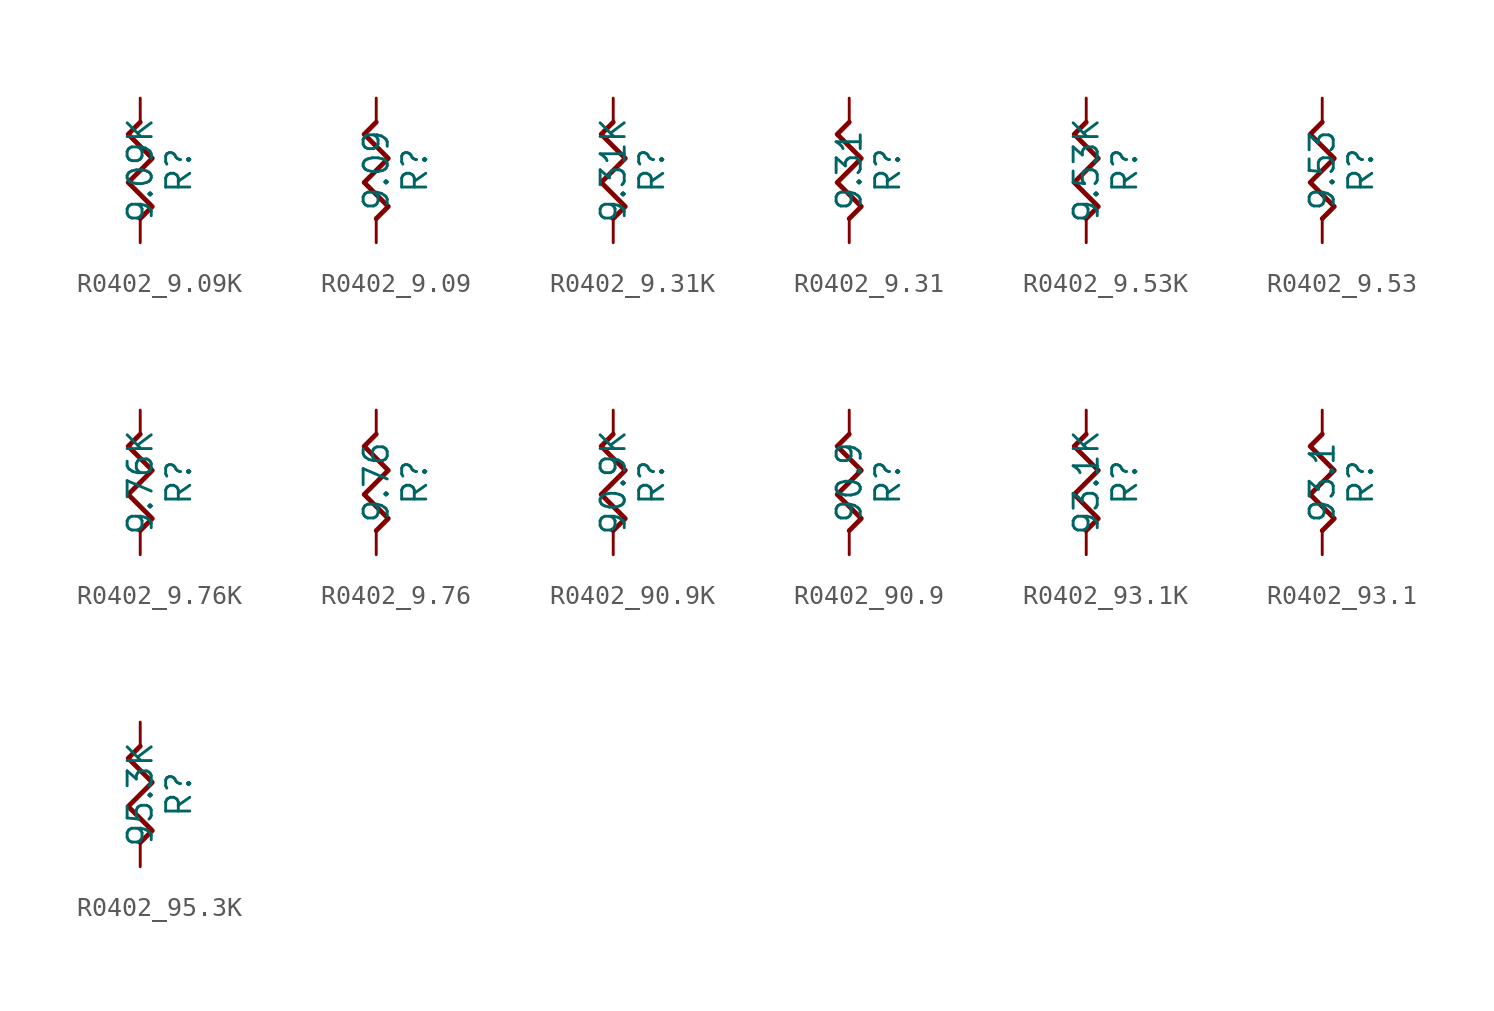
<source format=kicad_sym>
(kicad_symbol_lib
  (version 20211014)
  (generator atlantix-eda)
  (symbol "R0402_9.09K"
    (pin_numbers hide)
    (pin_names
      (offset 0))
    (property "Reference" "R"
      (at 2.032 0 90)
      (effects (font (size 1.27 1.27))))
    (property "Value" "9.09K"
      (at 0 0 90)
      (effects (font (size 1.27 1.27))))
    (symbol "R0402_9.09K_0_1"
      (polyline (pts (xy 0 -2.54) (xy 0.635 -1.905) (xy -0.635 -0.635) (xy 0.635 0.635) (xy -0.635 1.905) (xy 0 2.54)) (stroke (width 0.254) (type default) (color 0 0 0 0)) (fill (type none))))
    (symbol "R0402_9.09K_1_1"
      (pin passive line (at 0 3.81 270) (length 1.27) (name "~" (effects (font (size 1.27 1.27)))) (number "1" (effects (font (size 1.27 1.27)))))
      (pin passive line (at 0 -3.81 90) (length 1.27) (name "~" (effects (font (size 1.27 1.27)))) (number "2" (effects (font (size 1.27 1.27)))))))
  (symbol "R0402_9.09"
    (pin_numbers hide)
    (pin_names
      (offset 0))
    (property "Reference" "R"
      (at 2.032 0 90)
      (effects (font (size 1.27 1.27))))
    (property "Value" "9.09"
      (at 0 0 90)
      (effects (font (size 1.27 1.27))))
    (symbol "R0402_9.09_0_1"
      (polyline (pts (xy 0 -2.54) (xy 0.635 -1.905) (xy -0.635 -0.635) (xy 0.635 0.635) (xy -0.635 1.905) (xy 0 2.54)) (stroke (width 0.254) (type default) (color 0 0 0 0)) (fill (type none))))
    (symbol "R0402_9.09_1_1"
      (pin passive line (at 0 3.81 270) (length 1.27) (name "~" (effects (font (size 1.27 1.27)))) (number "1" (effects (font (size 1.27 1.27)))))
      (pin passive line (at 0 -3.81 90) (length 1.27) (name "~" (effects (font (size 1.27 1.27)))) (number "2" (effects (font (size 1.27 1.27)))))))
  (symbol "R0402_9.31K"
    (pin_numbers hide)
    (pin_names
      (offset 0))
    (property "Reference" "R"
      (at 2.032 0 90)
      (effects (font (size 1.27 1.27))))
    (property "Value" "9.31K"
      (at 0 0 90)
      (effects (font (size 1.27 1.27))))
    (symbol "R0402_9.31K_0_1"
      (polyline (pts (xy 0 -2.54) (xy 0.635 -1.905) (xy -0.635 -0.635) (xy 0.635 0.635) (xy -0.635 1.905) (xy 0 2.54)) (stroke (width 0.254) (type default) (color 0 0 0 0)) (fill (type none))))
    (symbol "R0402_9.31K_1_1"
      (pin passive line (at 0 3.81 270) (length 1.27) (name "~" (effects (font (size 1.27 1.27)))) (number "1" (effects (font (size 1.27 1.27)))))
      (pin passive line (at 0 -3.81 90) (length 1.27) (name "~" (effects (font (size 1.27 1.27)))) (number "2" (effects (font (size 1.27 1.27)))))))
  (symbol "R0402_9.31"
    (pin_numbers hide)
    (pin_names
      (offset 0))
    (property "Reference" "R"
      (at 2.032 0 90)
      (effects (font (size 1.27 1.27))))
    (property "Value" "9.31"
      (at 0 0 90)
      (effects (font (size 1.27 1.27))))
    (symbol "R0402_9.31_0_1"
      (polyline (pts (xy 0 -2.54) (xy 0.635 -1.905) (xy -0.635 -0.635) (xy 0.635 0.635) (xy -0.635 1.905) (xy 0 2.54)) (stroke (width 0.254) (type default) (color 0 0 0 0)) (fill (type none))))
    (symbol "R0402_9.31_1_1"
      (pin passive line (at 0 3.81 270) (length 1.27) (name "~" (effects (font (size 1.27 1.27)))) (number "1" (effects (font (size 1.27 1.27)))))
      (pin passive line (at 0 -3.81 90) (length 1.27) (name "~" (effects (font (size 1.27 1.27)))) (number "2" (effects (font (size 1.27 1.27)))))))
  (symbol "R0402_9.53K"
    (pin_numbers hide)
    (pin_names
      (offset 0))
    (property "Reference" "R"
      (at 2.032 0 90)
      (effects (font (size 1.27 1.27))))
    (property "Value" "9.53K"
      (at 0 0 90)
      (effects (font (size 1.27 1.27))))
    (symbol "R0402_9.53K_0_1"
      (polyline (pts (xy 0 -2.54) (xy 0.635 -1.905) (xy -0.635 -0.635) (xy 0.635 0.635) (xy -0.635 1.905) (xy 0 2.54)) (stroke (width 0.254) (type default) (color 0 0 0 0)) (fill (type none))))
    (symbol "R0402_9.53K_1_1"
      (pin passive line (at 0 3.81 270) (length 1.27) (name "~" (effects (font (size 1.27 1.27)))) (number "1" (effects (font (size 1.27 1.27)))))
      (pin passive line (at 0 -3.81 90) (length 1.27) (name "~" (effects (font (size 1.27 1.27)))) (number "2" (effects (font (size 1.27 1.27)))))))
  (symbol "R0402_9.53"
    (pin_numbers hide)
    (pin_names
      (offset 0))
    (property "Reference" "R"
      (at 2.032 0 90)
      (effects (font (size 1.27 1.27))))
    (property "Value" "9.53"
      (at 0 0 90)
      (effects (font (size 1.27 1.27))))
    (symbol "R0402_9.53_0_1"
      (polyline (pts (xy 0 -2.54) (xy 0.635 -1.905) (xy -0.635 -0.635) (xy 0.635 0.635) (xy -0.635 1.905) (xy 0 2.54)) (stroke (width 0.254) (type default) (color 0 0 0 0)) (fill (type none))))
    (symbol "R0402_9.53_1_1"
      (pin passive line (at 0 3.81 270) (length 1.27) (name "~" (effects (font (size 1.27 1.27)))) (number "1" (effects (font (size 1.27 1.27)))))
      (pin passive line (at 0 -3.81 90) (length 1.27) (name "~" (effects (font (size 1.27 1.27)))) (number "2" (effects (font (size 1.27 1.27)))))))
  (symbol "R0402_9.76K"
    (pin_numbers hide)
    (pin_names
      (offset 0))
    (property "Reference" "R"
      (at 2.032 0 90)
      (effects (font (size 1.27 1.27))))
    (property "Value" "9.76K"
      (at 0 0 90)
      (effects (font (size 1.27 1.27))))
    (symbol "R0402_9.76K_0_1"
      (polyline (pts (xy 0 -2.54) (xy 0.635 -1.905) (xy -0.635 -0.635) (xy 0.635 0.635) (xy -0.635 1.905) (xy 0 2.54)) (stroke (width 0.254) (type default) (color 0 0 0 0)) (fill (type none))))
    (symbol "R0402_9.76K_1_1"
      (pin passive line (at 0 3.81 270) (length 1.27) (name "~" (effects (font (size 1.27 1.27)))) (number "1" (effects (font (size 1.27 1.27)))))
      (pin passive line (at 0 -3.81 90) (length 1.27) (name "~" (effects (font (size 1.27 1.27)))) (number "2" (effects (font (size 1.27 1.27)))))))
  (symbol "R0402_9.76"
    (pin_numbers hide)
    (pin_names
      (offset 0))
    (property "Reference" "R"
      (at 2.032 0 90)
      (effects (font (size 1.27 1.27))))
    (property "Value" "9.76"
      (at 0 0 90)
      (effects (font (size 1.27 1.27))))
    (symbol "R0402_9.76_0_1"
      (polyline (pts (xy 0 -2.54) (xy 0.635 -1.905) (xy -0.635 -0.635) (xy 0.635 0.635) (xy -0.635 1.905) (xy 0 2.54)) (stroke (width 0.254) (type default) (color 0 0 0 0)) (fill (type none))))
    (symbol "R0402_9.76_1_1"
      (pin passive line (at 0 3.81 270) (length 1.27) (name "~" (effects (font (size 1.27 1.27)))) (number "1" (effects (font (size 1.27 1.27)))))
      (pin passive line (at 0 -3.81 90) (length 1.27) (name "~" (effects (font (size 1.27 1.27)))) (number "2" (effects (font (size 1.27 1.27)))))))
  (symbol "R0402_90.9K"
    (pin_numbers hide)
    (pin_names
      (offset 0))
    (property "Reference" "R"
      (at 2.032 0 90)
      (effects (font (size 1.27 1.27))))
    (property "Value" "90.9K"
      (at 0 0 90)
      (effects (font (size 1.27 1.27))))
    (symbol "R0402_90.9K_0_1"
      (polyline (pts (xy 0 -2.54) (xy 0.635 -1.905) (xy -0.635 -0.635) (xy 0.635 0.635) (xy -0.635 1.905) (xy 0 2.54)) (stroke (width 0.254) (type default) (color 0 0 0 0)) (fill (type none))))
    (symbol "R0402_90.9K_1_1"
      (pin passive line (at 0 3.81 270) (length 1.27) (name "~" (effects (font (size 1.27 1.27)))) (number "1" (effects (font (size 1.27 1.27)))))
      (pin passive line (at 0 -3.81 90) (length 1.27) (name "~" (effects (font (size 1.27 1.27)))) (number "2" (effects (font (size 1.27 1.27)))))))
  (symbol "R0402_90.9"
    (pin_numbers hide)
    (pin_names
      (offset 0))
    (property "Reference" "R"
      (at 2.032 0 90)
      (effects (font (size 1.27 1.27))))
    (property "Value" "90.9"
      (at 0 0 90)
      (effects (font (size 1.27 1.27))))
    (symbol "R0402_90.9_0_1"
      (polyline (pts (xy 0 -2.54) (xy 0.635 -1.905) (xy -0.635 -0.635) (xy 0.635 0.635) (xy -0.635 1.905) (xy 0 2.54)) (stroke (width 0.254) (type default) (color 0 0 0 0)) (fill (type none))))
    (symbol "R0402_90.9_1_1"
      (pin passive line (at 0 3.81 270) (length 1.27) (name "~" (effects (font (size 1.27 1.27)))) (number "1" (effects (font (size 1.27 1.27)))))
      (pin passive line (at 0 -3.81 90) (length 1.27) (name "~" (effects (font (size 1.27 1.27)))) (number "2" (effects (font (size 1.27 1.27)))))))
  (symbol "R0402_93.1K"
    (pin_numbers hide)
    (pin_names
      (offset 0))
    (property "Reference" "R"
      (at 2.032 0 90)
      (effects (font (size 1.27 1.27))))
    (property "Value" "93.1K"
      (at 0 0 90)
      (effects (font (size 1.27 1.27))))
    (symbol "R0402_93.1K_0_1"
      (polyline (pts (xy 0 -2.54) (xy 0.635 -1.905) (xy -0.635 -0.635) (xy 0.635 0.635) (xy -0.635 1.905) (xy 0 2.54)) (stroke (width 0.254) (type default) (color 0 0 0 0)) (fill (type none))))
    (symbol "R0402_93.1K_1_1"
      (pin passive line (at 0 3.81 270) (length 1.27) (name "~" (effects (font (size 1.27 1.27)))) (number "1" (effects (font (size 1.27 1.27)))))
      (pin passive line (at 0 -3.81 90) (length 1.27) (name "~" (effects (font (size 1.27 1.27)))) (number "2" (effects (font (size 1.27 1.27)))))))
  (symbol "R0402_93.1"
    (pin_numbers hide)
    (pin_names
      (offset 0))
    (property "Reference" "R"
      (at 2.032 0 90)
      (effects (font (size 1.27 1.27))))
    (property "Value" "93.1"
      (at 0 0 90)
      (effects (font (size 1.27 1.27))))
    (symbol "R0402_93.1_0_1"
      (polyline (pts (xy 0 -2.54) (xy 0.635 -1.905) (xy -0.635 -0.635) (xy 0.635 0.635) (xy -0.635 1.905) (xy 0 2.54)) (stroke (width 0.254) (type default) (color 0 0 0 0)) (fill (type none))))
    (symbol "R0402_93.1_1_1"
      (pin passive line (at 0 3.81 270) (length 1.27) (name "~" (effects (font (size 1.27 1.27)))) (number "1" (effects (font (size 1.27 1.27)))))
      (pin passive line (at 0 -3.81 90) (length 1.27) (name "~" (effects (font (size 1.27 1.27)))) (number "2" (effects (font (size 1.27 1.27)))))))
  (symbol "R0402_95.3K"
    (pin_numbers hide)
    (pin_names
      (offset 0))
    (property "Reference" "R"
      (at 2.032 0 90)
      (effects (font (size 1.27 1.27))))
    (property "Value" "95.3K"
      (at 0 0 90)
      (effects (font (size 1.27 1.27))))
    (symbol "R0402_95.3K_0_1"
      (polyline (pts (xy 0 -2.54) (xy 0.635 -1.905) (xy -0.635 -0.635) (xy 0.635 0.635) (xy -0.635 1.905) (xy 0 2.54)) (stroke (width 0.254) (type default) (color 0 0 0 0)) (fill (type none))))
    (symbol "R0402_95.3K_1_1"
      (pin passive line (at 0 3.81 270) (length 1.27) (name "~" (effects (font (size 1.27 1.27)))) (number "1" (effects (font (size 1.27 1.27)))))
      (pin passive line (at 0 -3.81 90) (length 1.27) (name "~" (effects (font (size 1.27 1.27)))) (number "2" (effects (font (size 1.27 1.27))))))))
</source>
